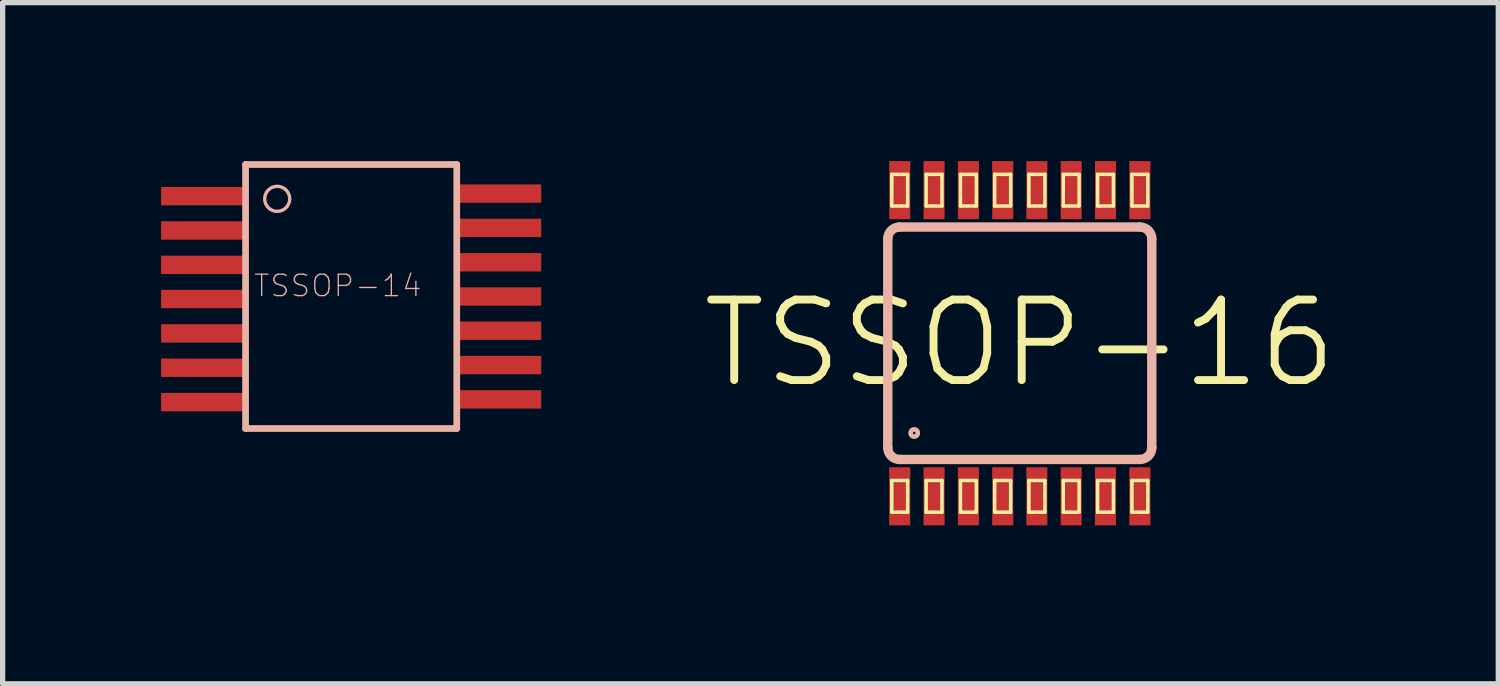
<source format=kicad_pcb>
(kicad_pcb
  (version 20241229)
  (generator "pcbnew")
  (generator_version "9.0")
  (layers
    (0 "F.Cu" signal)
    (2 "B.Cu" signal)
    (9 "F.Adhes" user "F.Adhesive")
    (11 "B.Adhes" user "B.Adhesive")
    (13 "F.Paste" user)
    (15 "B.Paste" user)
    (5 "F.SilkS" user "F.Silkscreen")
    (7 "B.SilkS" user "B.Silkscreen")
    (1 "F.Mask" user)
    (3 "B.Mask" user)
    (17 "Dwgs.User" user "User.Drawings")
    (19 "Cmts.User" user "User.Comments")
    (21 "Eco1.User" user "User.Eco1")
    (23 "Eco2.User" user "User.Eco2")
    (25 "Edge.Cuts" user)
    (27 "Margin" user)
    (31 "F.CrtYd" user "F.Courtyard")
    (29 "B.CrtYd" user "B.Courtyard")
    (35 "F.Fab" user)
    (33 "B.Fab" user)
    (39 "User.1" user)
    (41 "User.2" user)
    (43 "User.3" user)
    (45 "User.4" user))
  (footprint "TSSOP-14"
    (layer "F.Cu")
    (at 3.598 2.563)
    (property "Reference" "TSSOP-14" (at -0.254 -0.203 0) (layer "B.SilkS") (effects (font (size 0.406 0.406) (thickness 0.025))))
    (attr smd)
    (fp_line (start -1.999 -2.499) (end -1.999 2.499) (stroke (width 0.127) (type solid)) (layer "B.SilkS"))
    (fp_line (start -1.999 2.499) (end 1.999 2.499) (stroke (width 0.127) (type solid)) (layer "B.SilkS"))
    (fp_line (start 1.999 -2.499) (end -1.999 -2.499) (stroke (width 0.127) (type solid)) (layer "B.SilkS"))
    (fp_line (start 1.999 2.499) (end 1.999 -2.499) (stroke (width 0.127) (type solid)) (layer "B.SilkS"))
    (fp_circle (center -1.4 -1.849) (end -1.567 -2.017) (stroke (width 0.064) (type solid)) (fill no) (layer "B.SilkS"))
    (pad "1" smd rect (at -2.799 -1.9) (size 1.598 0.348) (layers "F.Cu" "F.Mask" "F.Paste"))
    (pad "2" smd rect (at -2.799 -1.25) (size 1.598 0.348) (layers "F.Cu" "F.Mask" "F.Paste"))
    (pad "3" smd rect (at -2.799 -0.599) (size 1.598 0.348) (layers "F.Cu" "F.Mask" "F.Paste"))
    (pad "4" smd rect (at -2.799 0.048) (size 1.598 0.348) (layers "F.Cu" "F.Mask" "F.Paste"))
    (pad "5" smd rect (at -2.799 0.699) (size 1.598 0.348) (layers "F.Cu" "F.Mask" "F.Paste"))
    (pad "6" smd rect (at -2.799 1.349) (size 1.598 0.348) (layers "F.Cu" "F.Mask" "F.Paste"))
    (pad "7" smd rect (at -2.799 1.999) (size 1.598 0.348) (layers "F.Cu" "F.Mask" "F.Paste"))
    (pad "8" smd rect (at 2.799 1.948) (size 1.598 0.348) (layers "F.Cu" "F.Mask" "F.Paste"))
    (pad "9" smd rect (at 2.799 1.298) (size 1.598 0.348) (layers "F.Cu" "F.Mask" "F.Paste"))
    (pad "10" smd rect (at 2.799 0.648) (size 1.598 0.348) (layers "F.Cu" "F.Mask" "F.Paste"))
    (pad "11" smd rect (at 2.799 0) (size 1.598 0.348) (layers "F.Cu" "F.Mask" "F.Paste"))
    (pad "12" smd rect (at 2.799 -0.648) (size 1.598 0.348) (layers "F.Cu" "F.Mask" "F.Paste"))
    (pad "13" smd rect (at 2.799 -1.298) (size 1.598 0.348) (layers "F.Cu" "F.Mask" "F.Paste"))
    (pad "14" smd rect (at 2.799 -1.948) (size 1.598 0.348) (layers "F.Cu" "F.Mask" "F.Paste")))
  (footprint "TSSOP-16"
    (layer "F.Cu")
    (at 16.256 3.448)
    (property "Reference" "TSSOP-16" (at 0 0 0) (layer "F.SilkS") (effects (font (size 1.524 1.524) (thickness 0.15))))
    (attr smd)
    (fp_line (start -2.423 -3.198) (end -2.123 -3.198) (stroke (width 0.066) (type solid)) (layer "F.SilkS"))
    (fp_line (start -2.423 -2.598) (end -2.423 -3.198) (stroke (width 0.066) (type solid)) (layer "F.SilkS"))
    (fp_line (start -2.423 -2.598) (end -2.123 -2.598) (stroke (width 0.066) (type solid)) (layer "F.SilkS"))
    (fp_line (start -2.423 2.598) (end -2.123 2.598) (stroke (width 0.066) (type solid)) (layer "F.SilkS"))
    (fp_line (start -2.423 3.198) (end -2.423 2.598) (stroke (width 0.066) (type solid)) (layer "F.SilkS"))
    (fp_line (start -2.423 3.198) (end -2.123 3.198) (stroke (width 0.066) (type solid)) (layer "F.SilkS"))
    (fp_line (start -2.123 -2.598) (end -2.123 -3.198) (stroke (width 0.066) (type solid)) (layer "F.SilkS"))
    (fp_line (start -2.123 3.198) (end -2.123 2.598) (stroke (width 0.066) (type solid)) (layer "F.SilkS"))
    (fp_line (start -1.773 -3.198) (end -1.473 -3.198) (stroke (width 0.066) (type solid)) (layer "F.SilkS"))
    (fp_line (start -1.773 -2.598) (end -1.773 -3.198) (stroke (width 0.066) (type solid)) (layer "F.SilkS"))
    (fp_line (start -1.773 -2.598) (end -1.473 -2.598) (stroke (width 0.066) (type solid)) (layer "F.SilkS"))
    (fp_line (start -1.773 2.598) (end -1.473 2.598) (stroke (width 0.066) (type solid)) (layer "F.SilkS"))
    (fp_line (start -1.773 3.198) (end -1.773 2.598) (stroke (width 0.066) (type solid)) (layer "F.SilkS"))
    (fp_line (start -1.773 3.198) (end -1.473 3.198) (stroke (width 0.066) (type solid)) (layer "F.SilkS"))
    (fp_line (start -1.473 -2.598) (end -1.473 -3.198) (stroke (width 0.066) (type solid)) (layer "F.SilkS"))
    (fp_line (start -1.473 3.198) (end -1.473 2.598) (stroke (width 0.066) (type solid)) (layer "F.SilkS"))
    (fp_line (start -1.123 -3.198) (end -0.823 -3.198) (stroke (width 0.066) (type solid)) (layer "F.SilkS"))
    (fp_line (start -1.123 -2.598) (end -1.123 -3.198) (stroke (width 0.066) (type solid)) (layer "F.SilkS"))
    (fp_line (start -1.123 -2.598) (end -0.823 -2.598) (stroke (width 0.066) (type solid)) (layer "F.SilkS"))
    (fp_line (start -1.123 2.598) (end -0.823 2.598) (stroke (width 0.066) (type solid)) (layer "F.SilkS"))
    (fp_line (start -1.123 3.198) (end -1.123 2.598) (stroke (width 0.066) (type solid)) (layer "F.SilkS"))
    (fp_line (start -1.123 3.198) (end -0.823 3.198) (stroke (width 0.066) (type solid)) (layer "F.SilkS"))
    (fp_line (start -0.823 -2.598) (end -0.823 -3.198) (stroke (width 0.066) (type solid)) (layer "F.SilkS"))
    (fp_line (start -0.823 3.198) (end -0.823 2.598) (stroke (width 0.066) (type solid)) (layer "F.SilkS"))
    (fp_line (start -0.475 -3.198) (end -0.173 -3.198) (stroke (width 0.066) (type solid)) (layer "F.SilkS"))
    (fp_line (start -0.475 -2.598) (end -0.475 -3.198) (stroke (width 0.066) (type solid)) (layer "F.SilkS"))
    (fp_line (start -0.475 -2.598) (end -0.173 -2.598) (stroke (width 0.066) (type solid)) (layer "F.SilkS"))
    (fp_line (start -0.475 2.598) (end -0.173 2.598) (stroke (width 0.066) (type solid)) (layer "F.SilkS"))
    (fp_line (start -0.475 3.198) (end -0.475 2.598) (stroke (width 0.066) (type solid)) (layer "F.SilkS"))
    (fp_line (start -0.475 3.198) (end -0.173 3.198) (stroke (width 0.066) (type solid)) (layer "F.SilkS"))
    (fp_line (start -0.173 -2.598) (end -0.173 -3.198) (stroke (width 0.066) (type solid)) (layer "F.SilkS"))
    (fp_line (start -0.173 3.198) (end -0.173 2.598) (stroke (width 0.066) (type solid)) (layer "F.SilkS"))
    (fp_line (start 0.173 -3.198) (end 0.475 -3.198) (stroke (width 0.066) (type solid)) (layer "F.SilkS"))
    (fp_line (start 0.173 -2.598) (end 0.173 -3.198) (stroke (width 0.066) (type solid)) (layer "F.SilkS"))
    (fp_line (start 0.173 -2.598) (end 0.475 -2.598) (stroke (width 0.066) (type solid)) (layer "F.SilkS"))
    (fp_line (start 0.173 2.598) (end 0.475 2.598) (stroke (width 0.066) (type solid)) (layer "F.SilkS"))
    (fp_line (start 0.173 3.198) (end 0.173 2.598) (stroke (width 0.066) (type solid)) (layer "F.SilkS"))
    (fp_line (start 0.173 3.198) (end 0.475 3.198) (stroke (width 0.066) (type solid)) (layer "F.SilkS"))
    (fp_line (start 0.475 -2.598) (end 0.475 -3.198) (stroke (width 0.066) (type solid)) (layer "F.SilkS"))
    (fp_line (start 0.475 3.198) (end 0.475 2.598) (stroke (width 0.066) (type solid)) (layer "F.SilkS"))
    (fp_line (start 0.823 -3.198) (end 1.123 -3.198) (stroke (width 0.066) (type solid)) (layer "F.SilkS"))
    (fp_line (start 0.823 -2.598) (end 0.823 -3.198) (stroke (width 0.066) (type solid)) (layer "F.SilkS"))
    (fp_line (start 0.823 -2.598) (end 1.123 -2.598) (stroke (width 0.066) (type solid)) (layer "F.SilkS"))
    (fp_line (start 0.823 2.598) (end 1.123 2.598) (stroke (width 0.066) (type solid)) (layer "F.SilkS"))
    (fp_line (start 0.823 3.198) (end 0.823 2.598) (stroke (width 0.066) (type solid)) (layer "F.SilkS"))
    (fp_line (start 0.823 3.198) (end 1.123 3.198) (stroke (width 0.066) (type solid)) (layer "F.SilkS"))
    (fp_line (start 1.123 -2.598) (end 1.123 -3.198) (stroke (width 0.066) (type solid)) (layer "F.SilkS"))
    (fp_line (start 1.123 3.198) (end 1.123 2.598) (stroke (width 0.066) (type solid)) (layer "F.SilkS"))
    (fp_line (start 1.473 -3.198) (end 1.773 -3.198) (stroke (width 0.066) (type solid)) (layer "F.SilkS"))
    (fp_line (start 1.473 -2.598) (end 1.473 -3.198) (stroke (width 0.066) (type solid)) (layer "F.SilkS"))
    (fp_line (start 1.473 -2.598) (end 1.773 -2.598) (stroke (width 0.066) (type solid)) (layer "F.SilkS"))
    (fp_line (start 1.473 2.598) (end 1.773 2.598) (stroke (width 0.066) (type solid)) (layer "F.SilkS"))
    (fp_line (start 1.473 3.198) (end 1.473 2.598) (stroke (width 0.066) (type solid)) (layer "F.SilkS"))
    (fp_line (start 1.473 3.198) (end 1.773 3.198) (stroke (width 0.066) (type solid)) (layer "F.SilkS"))
    (fp_line (start 1.773 -2.598) (end 1.773 -3.198) (stroke (width 0.066) (type solid)) (layer "F.SilkS"))
    (fp_line (start 1.773 3.198) (end 1.773 2.598) (stroke (width 0.066) (type solid)) (layer "F.SilkS"))
    (fp_line (start 2.123 -3.198) (end 2.423 -3.198) (stroke (width 0.066) (type solid)) (layer "F.SilkS"))
    (fp_line (start 2.123 -2.598) (end 2.123 -3.198) (stroke (width 0.066) (type solid)) (layer "F.SilkS"))
    (fp_line (start 2.123 -2.598) (end 2.423 -2.598) (stroke (width 0.066) (type solid)) (layer "F.SilkS"))
    (fp_line (start 2.123 2.598) (end 2.423 2.598) (stroke (width 0.066) (type solid)) (layer "F.SilkS"))
    (fp_line (start 2.123 3.198) (end 2.123 2.598) (stroke (width 0.066) (type solid)) (layer "F.SilkS"))
    (fp_line (start 2.123 3.198) (end 2.423 3.198) (stroke (width 0.066) (type solid)) (layer "F.SilkS"))
    (fp_line (start 2.423 -2.598) (end 2.423 -3.198) (stroke (width 0.066) (type solid)) (layer "F.SilkS"))
    (fp_line (start 2.423 3.198) (end 2.423 2.598) (stroke (width 0.066) (type solid)) (layer "F.SilkS"))
    (fp_line (start -2.499 1.976) (end -2.499 -1.976) (stroke (width 0.178) (type solid)) (layer "B.SilkS"))
    (fp_line (start -2.276 -2.2) (end 2.276 -2.2) (stroke (width 0.178) (type solid)) (layer "B.SilkS"))
    (fp_line (start 2.276 2.2) (end -2.276 2.2) (stroke (width 0.178) (type solid)) (layer "B.SilkS"))
    (fp_line (start 2.499 -1.976) (end 2.499 1.976) (stroke (width 0.178) (type solid)) (layer "B.SilkS"))
    (fp_arc (start -2.49936 -1.97612) (mid -2.433893 -2.134173) (end -2.27584 -2.19964) (stroke (width 0.1778) (type solid)) (layer "B.SilkS"))
    (fp_arc (start -2.27584 2.19964) (mid -2.433893 2.134173) (end -2.49936 1.97612) (stroke (width 0.1778) (type solid)) (layer "B.SilkS"))
    (fp_arc (start 2.27584 -2.19964) (mid 2.433893 -2.134173) (end 2.49936 -1.97612) (stroke (width 0.1778) (type solid)) (layer "B.SilkS"))
    (fp_arc (start 2.49936 1.97612) (mid 2.433893 2.134173) (end 2.27584 2.19964) (stroke (width 0.1778) (type solid)) (layer "B.SilkS"))
    (fp_circle (center -1.999 1.699) (end -2.047 1.748) (stroke (width 0.089) (type solid)) (fill no) (layer "B.SilkS"))
    (pad "1" smd rect (at -2.273 2.898) (size 0.399 1.1) (layers "F.Cu" "F.Mask" "F.Paste"))
    (pad "2" smd rect (at -1.623 2.898) (size 0.399 1.1) (layers "F.Cu" "F.Mask" "F.Paste"))
    (pad "3" smd rect (at -0.973 2.898) (size 0.399 1.1) (layers "F.Cu" "F.Mask" "F.Paste"))
    (pad "4" smd rect (at -0.323 2.898) (size 0.399 1.1) (layers "F.Cu" "F.Mask" "F.Paste"))
    (pad "5" smd rect (at 0.323 2.898) (size 0.399 1.1) (layers "F.Cu" "F.Mask" "F.Paste"))
    (pad "6" smd rect (at 0.973 2.898) (size 0.399 1.1) (layers "F.Cu" "F.Mask" "F.Paste"))
    (pad "7" smd rect (at 1.623 2.898) (size 0.399 1.1) (layers "F.Cu" "F.Mask" "F.Paste"))
    (pad "8" smd rect (at 2.273 2.898) (size 0.399 1.1) (layers "F.Cu" "F.Mask" "F.Paste"))
    (pad "9" smd rect (at 2.273 -2.898 180) (size 0.399 1.1) (layers "F.Cu" "F.Mask" "F.Paste"))
    (pad "10" smd rect (at 1.623 -2.898 180) (size 0.399 1.1) (layers "F.Cu" "F.Mask" "F.Paste"))
    (pad "11" smd rect (at 0.973 -2.898 180) (size 0.399 1.1) (layers "F.Cu" "F.Mask" "F.Paste"))
    (pad "12" smd rect (at 0.323 -2.898 180) (size 0.399 1.1) (layers "F.Cu" "F.Mask" "F.Paste"))
    (pad "13" smd rect (at -0.323 -2.898 180) (size 0.399 1.1) (layers "F.Cu" "F.Mask" "F.Paste"))
    (pad "14" smd rect (at -0.973 -2.898 180) (size 0.399 1.1) (layers "F.Cu" "F.Mask" "F.Paste"))
    (pad "15" smd rect (at -1.623 -2.898 180) (size 0.399 1.1) (layers "F.Cu" "F.Mask" "F.Paste"))
    (pad "16" smd rect (at -2.273 -2.898 180) (size 0.399 1.1) (layers "F.Cu" "F.Mask" "F.Paste")))
  (gr_rect
    (start -3 -3)
    (end 25.315 9.896)
    (stroke (width 0.1) (type default))
    (fill no)
    (layer "Edge.Cuts")))
</source>
